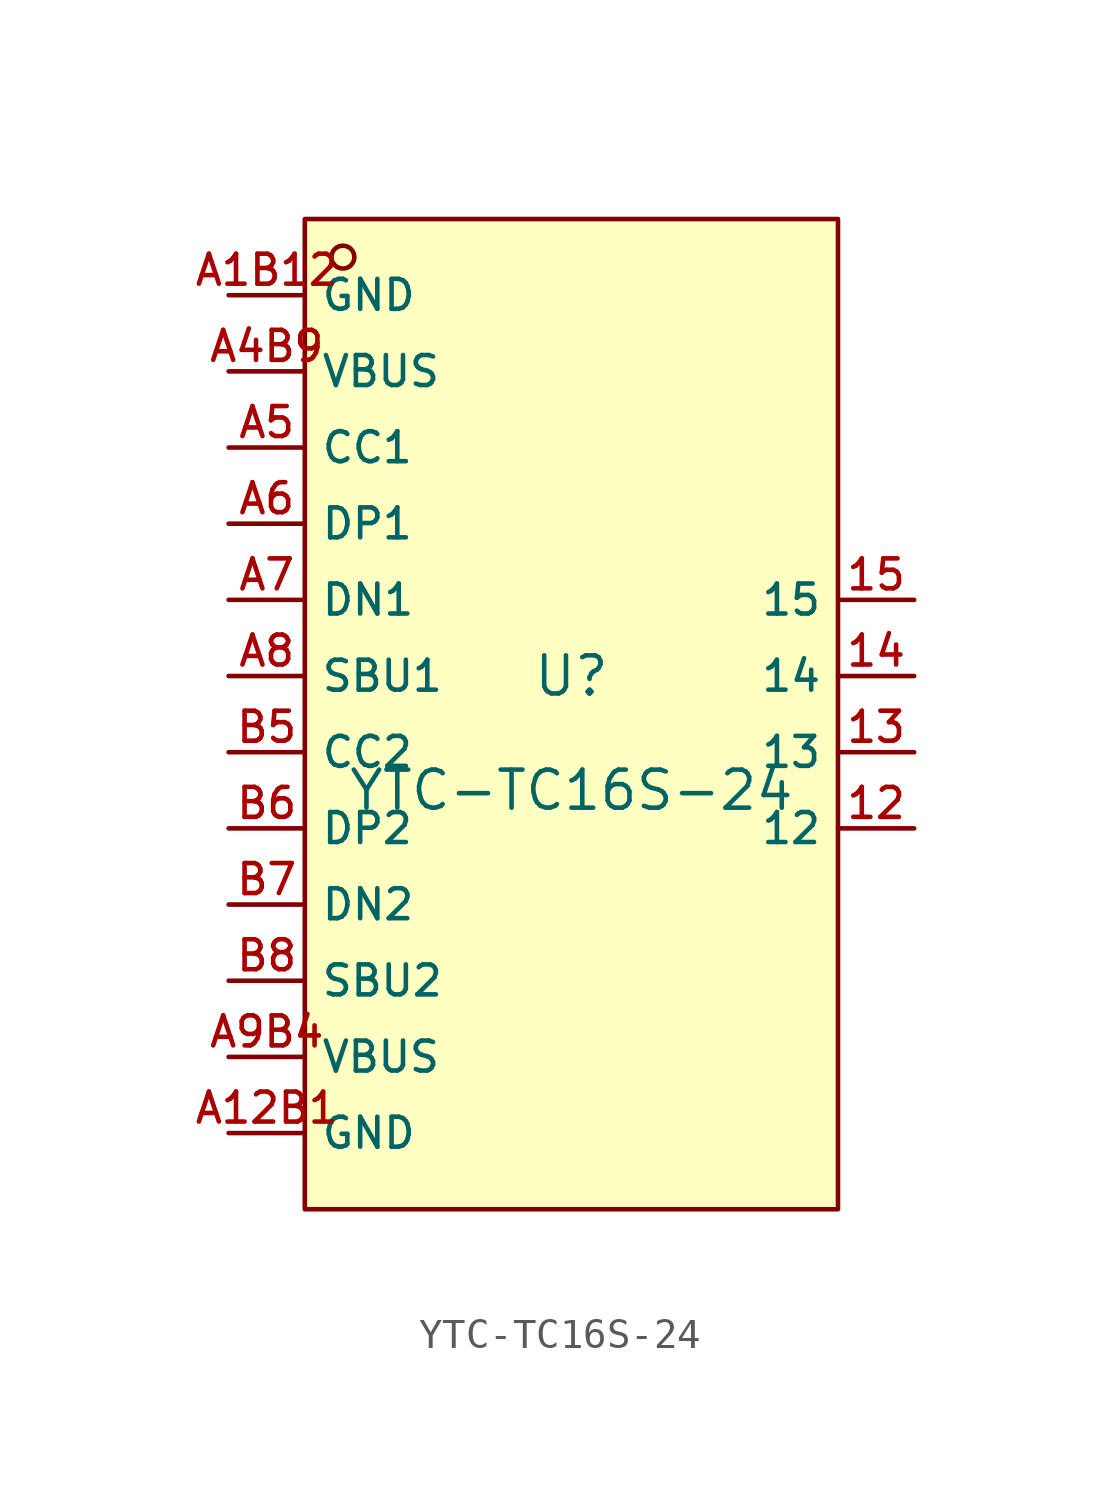
<source format=kicad_sym>
(kicad_symbol_lib
  (version 20210201)
  (generator TousstNicolas/JLC2KiCad_lib)
  (symbol "YTC-TC16S-24"
    (property "Reference" "U"
      (at 0 1.27 0)
      (effects (font (size 1.27 1.27))))
    (property "Value" "YTC-TC16S-24"
      (at 0 -2.54 0)
      (effects (font (size 1.27 1.27))))
    (symbol "YTC-TC16S-24_0_1"
      (pin unspecified line (at 11.43 3.81 180) (length 2.54) (name "15" (effects (font (size 1 1)))) (number "15" (effects (font (size 1 1)))))
      (pin unspecified line (at 11.43 1.27 180) (length 2.54) (name "14" (effects (font (size 1 1)))) (number "14" (effects (font (size 1 1)))))
      (pin unspecified line (at 11.43 -1.27 180) (length 2.54) (name "13" (effects (font (size 1 1)))) (number "13" (effects (font (size 1 1)))))
      (pin unspecified line (at 11.43 -3.81 180) (length 2.54) (name "12" (effects (font (size 1 1)))) (number "12" (effects (font (size 1 1)))))
      (pin unspecified line (at -11.43 -13.97 0) (length 2.54) (name "GND" (effects (font (size 1 1)))) (number "A12B1" (effects (font (size 1 1)))))
      (pin unspecified line (at -11.43 -11.43 0) (length 2.54) (name "VBUS" (effects (font (size 1 1)))) (number "A9B4" (effects (font (size 1 1)))))
      (pin unspecified line (at -11.43 -8.89 0) (length 2.54) (name "SBU2" (effects (font (size 1 1)))) (number "B8" (effects (font (size 1 1)))))
      (pin unspecified line (at -11.43 -6.35 0) (length 2.54) (name "DN2" (effects (font (size 1 1)))) (number "B7" (effects (font (size 1 1)))))
      (pin unspecified line (at -11.43 -3.81 0) (length 2.54) (name "DP2" (effects (font (size 1 1)))) (number "B6" (effects (font (size 1 1)))))
      (pin unspecified line (at -11.43 -1.27 0) (length 2.54) (name "CC2" (effects (font (size 1 1)))) (number "B5" (effects (font (size 1 1)))))
      (pin unspecified line (at -11.43 1.27 0) (length 2.54) (name "SBU1" (effects (font (size 1 1)))) (number "A8" (effects (font (size 1 1)))))
      (pin unspecified line (at -11.43 3.81 0) (length 2.54) (name "DN1" (effects (font (size 1 1)))) (number "A7" (effects (font (size 1 1)))))
      (pin unspecified line (at -11.43 6.35 0) (length 2.54) (name "DP1" (effects (font (size 1 1)))) (number "A6" (effects (font (size 1 1)))))
      (pin unspecified line (at -11.43 8.89 0) (length 2.54) (name "CC1" (effects (font (size 1 1)))) (number "A5" (effects (font (size 1 1)))))
      (pin unspecified line (at -11.43 11.43 0) (length 2.54) (name "VBUS" (effects (font (size 1 1)))) (number "A4B9" (effects (font (size 1 1)))))
      (pin unspecified line (at -11.43 13.97 0) (length 2.54) (name "GND" (effects (font (size 1 1)))) (number "A1B12" (effects (font (size 1 1)))))
      (circle (center -7.62 15.24) (radius 0.381) (stroke (width 0) (type default) (color 0 0 0 0)) (fill (type background)))
      (rectangle (start -8.89 16.51) (end 8.89 -16.51) (stroke (width 0) (type default) (color 0 0 0 0)) (fill (type background))))))
</source>
